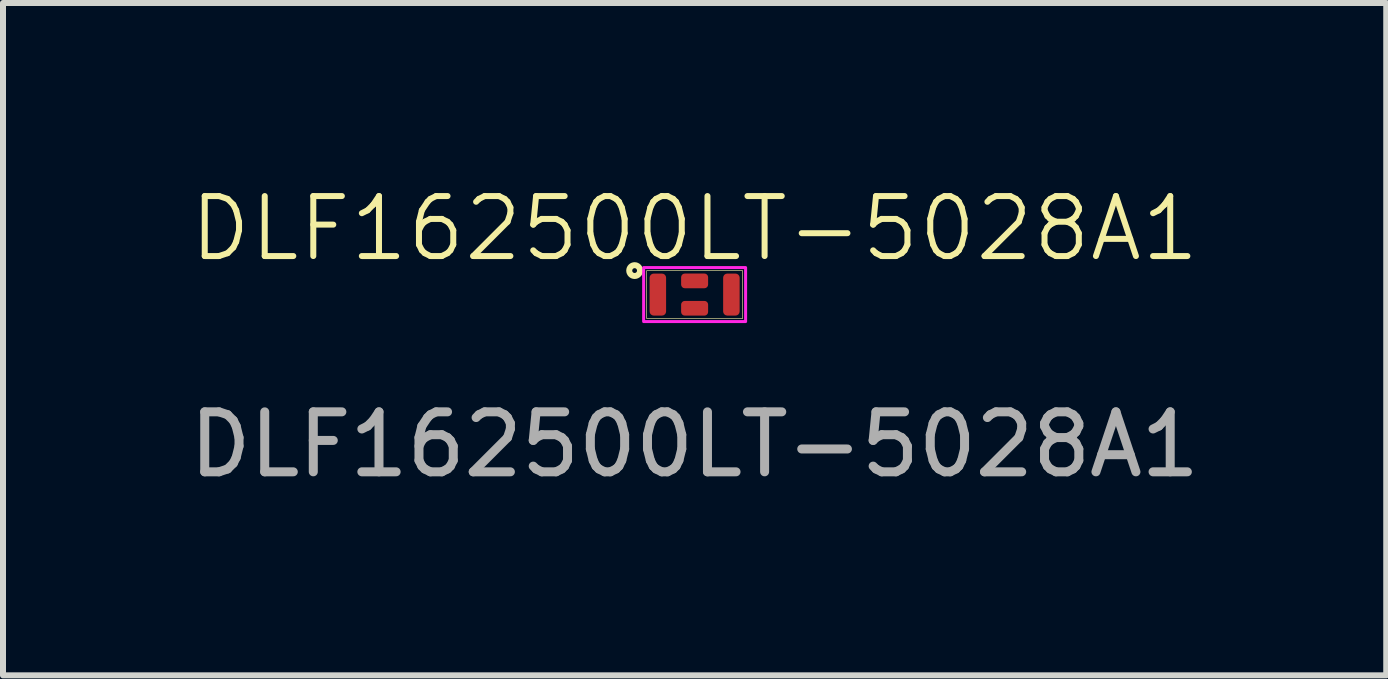
<source format=kicad_pcb>
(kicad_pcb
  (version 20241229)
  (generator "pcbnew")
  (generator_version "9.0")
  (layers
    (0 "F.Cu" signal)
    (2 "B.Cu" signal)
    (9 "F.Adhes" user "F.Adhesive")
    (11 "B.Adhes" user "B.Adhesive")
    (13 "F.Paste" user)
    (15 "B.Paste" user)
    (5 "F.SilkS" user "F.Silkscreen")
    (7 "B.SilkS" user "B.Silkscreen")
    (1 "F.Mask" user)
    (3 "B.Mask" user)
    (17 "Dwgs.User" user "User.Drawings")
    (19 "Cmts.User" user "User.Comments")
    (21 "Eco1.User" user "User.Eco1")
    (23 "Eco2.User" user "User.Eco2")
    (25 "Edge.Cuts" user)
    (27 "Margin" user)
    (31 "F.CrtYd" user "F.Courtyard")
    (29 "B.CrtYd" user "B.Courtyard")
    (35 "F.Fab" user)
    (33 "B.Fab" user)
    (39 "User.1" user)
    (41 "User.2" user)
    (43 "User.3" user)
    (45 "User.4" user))
  (footprint "DLF162500LT-5028A1"
    (layer "F.Cu")
    (at 8.53 1.861)
    (property "Reference" "DLF162500LT-5028A1" (at 0 -1.1 0) (unlocked yes) (layer "F.SilkS") (effects (font (size 1 1) (thickness 0.1))))
    (attr smd)
    (fp_rect (start -0.8 -0.4) (end 0.8 0.4) (stroke (width 0.01) (type solid)) (fill no) (layer "F.SilkS"))
    (fp_circle (center -1 -0.4) (end -0.96 -0.4) (stroke (width 0.1) (type solid)) (fill no) (layer "F.SilkS"))
    (fp_rect (start -0.85 -0.45) (end 0.85 0.45) (stroke (width 0.05) (type solid)) (fill no) (layer "F.CrtYd"))
    (fp_text user "${REFERENCE}" (at 0 2.5 0) (unlocked yes) (layer "F.Fab") (effects (font (size 1 1) (thickness 0.15))))
    (pad "1" smd roundrect (at -0.613 0) (size 0.275 0.7) (layers "F.Cu" "F.Mask" "F.Paste") (roundrect_rratio 0.25))
    (pad "2" smd roundrect (at 0 -0.228) (size 0.45 0.245) (layers "F.Cu" "F.Mask" "F.Paste") (roundrect_rratio 0.25))
    (pad "3" smd roundrect (at 0.613 0) (size 0.275 0.7) (layers "F.Cu" "F.Mask" "F.Paste") (roundrect_rratio 0.25))
    (pad "4" smd roundrect (at 0 0.228) (size 0.45 0.245) (layers "F.Cu" "F.Mask" "F.Paste") (roundrect_rratio 0.25)))
  (gr_rect
    (start -3 -3)
    (end 20.06 8.209)
    (stroke (width 0.1) (type default))
    (fill no)
    (layer "Edge.Cuts")))
</source>
